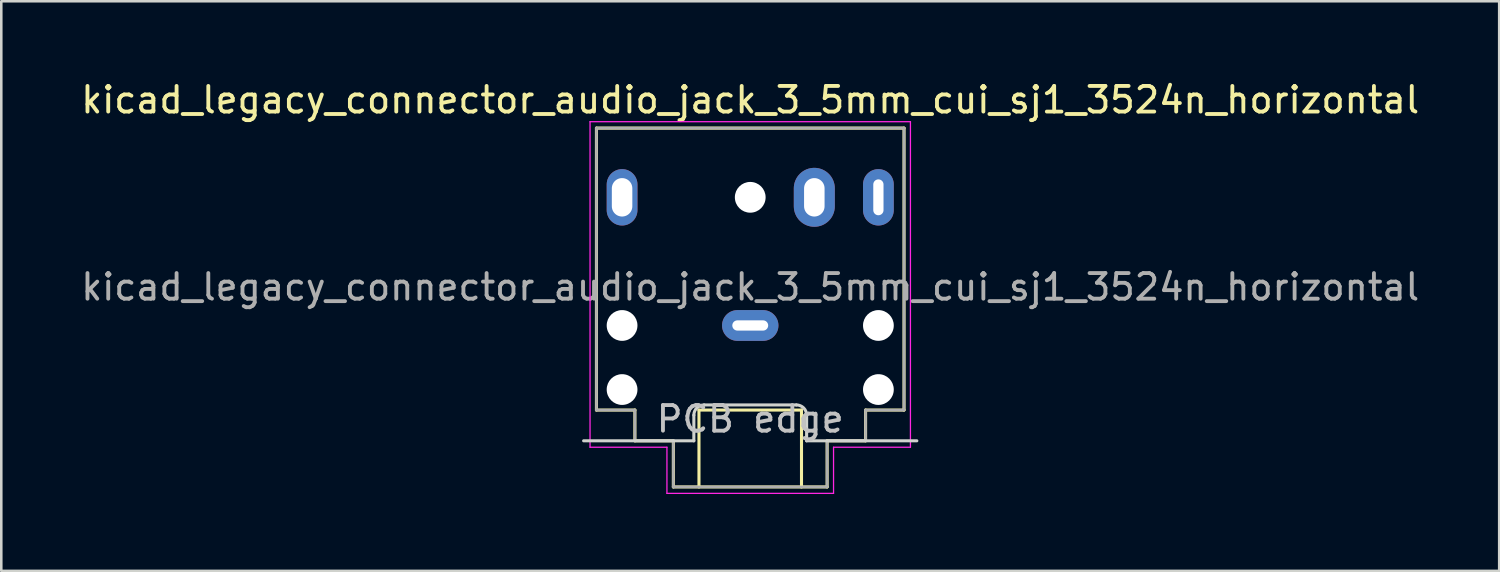
<source format=kicad_pcb>
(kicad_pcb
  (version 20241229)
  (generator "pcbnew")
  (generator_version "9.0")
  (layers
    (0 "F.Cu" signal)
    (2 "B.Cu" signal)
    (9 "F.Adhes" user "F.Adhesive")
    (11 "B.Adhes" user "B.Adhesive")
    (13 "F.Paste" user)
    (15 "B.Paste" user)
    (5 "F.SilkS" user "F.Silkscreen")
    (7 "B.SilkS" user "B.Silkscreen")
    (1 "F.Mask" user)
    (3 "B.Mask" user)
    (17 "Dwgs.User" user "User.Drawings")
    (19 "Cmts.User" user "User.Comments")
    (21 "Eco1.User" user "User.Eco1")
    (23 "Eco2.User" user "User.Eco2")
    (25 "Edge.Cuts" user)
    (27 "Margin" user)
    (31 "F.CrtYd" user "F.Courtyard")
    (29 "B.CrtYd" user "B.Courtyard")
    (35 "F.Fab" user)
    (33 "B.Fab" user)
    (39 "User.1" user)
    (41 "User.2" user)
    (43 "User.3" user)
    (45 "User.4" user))
  (footprint "kicad_legacy_connector_audio_jack_3_5mm_cui_sj1_3524n_horizontal"
    (layer "F.Cu")
    (at 26.22 9.648)
    (property "Reference" "kicad_legacy_connector_audio_jack_3_5mm_cui_sj1_3524n_horizontal" (at 0 -8.8 0) (layer "F.SilkS") (effects (font (size 1 1) (thickness 0.15))))
    (attr through_hole exclude_from_pos_files exclude_from_bom)
    (fp_line (start -6 -7.7) (end 6 -7.7) (stroke (width 0.12) (type solid)) (layer "F.SilkS"))
    (fp_line (start -6 3.3) (end -6 -7.7) (stroke (width 0.12) (type solid)) (layer "F.SilkS"))
    (fp_line (start -4.5 3.3) (end -6 3.3) (stroke (width 0.12) (type solid)) (layer "F.SilkS"))
    (fp_line (start -4.5 4.5) (end -4.5 3.3) (stroke (width 0.12) (type solid)) (layer "F.SilkS"))
    (fp_line (start -3 4.5) (end -4.5 4.5) (stroke (width 0.12) (type solid)) (layer "F.SilkS"))
    (fp_line (start -3 6.3) (end -3 4.5) (stroke (width 0.12) (type solid)) (layer "F.SilkS"))
    (fp_line (start -2 3.3) (end -2 6.3) (stroke (width 0.12) (type solid)) (layer "F.SilkS"))
    (fp_line (start 2 3.3) (end -2 3.3) (stroke (width 0.12) (type solid)) (layer "F.SilkS"))
    (fp_line (start 2 6.3) (end 2 3.3) (stroke (width 0.12) (type solid)) (layer "F.SilkS"))
    (fp_line (start 3 4.5) (end 3 6.3) (stroke (width 0.12) (type solid)) (layer "F.SilkS"))
    (fp_line (start 3 6.3) (end -3 6.3) (stroke (width 0.12) (type solid)) (layer "F.SilkS"))
    (fp_line (start 4.5 3.3) (end 4.5 4.5) (stroke (width 0.12) (type solid)) (layer "F.SilkS"))
    (fp_line (start 4.5 4.5) (end 3 4.5) (stroke (width 0.12) (type solid)) (layer "F.SilkS"))
    (fp_line (start 6 -7.7) (end 6 3.3) (stroke (width 0.12) (type solid)) (layer "F.SilkS"))
    (fp_line (start 6 3.3) (end 4.5 3.3) (stroke (width 0.12) (type solid)) (layer "F.SilkS"))
    (fp_line (start -2.2 3.5) (end -2.2 4.5) (stroke (width 0.12) (type solid)) (layer "Edge.Cuts"))
    (fp_line (start -2.2 4.5) (end -6.5 4.5) (stroke (width 0.12) (type solid)) (layer "Edge.Cuts"))
    (fp_line (start 1.8 3.1) (end -1.8 3.1) (stroke (width 0.12) (type solid)) (layer "Edge.Cuts"))
    (fp_line (start 2.2 3.5) (end 2.2 4.5) (stroke (width 0.12) (type solid)) (layer "Edge.Cuts"))
    (fp_line (start 2.2 4.5) (end 6.5 4.5) (stroke (width 0.12) (type solid)) (layer "Edge.Cuts"))
    (fp_arc (start -2.2 3.5) (mid -2.082842 3.217158) (end -1.8 3.1) (stroke (width 0.12) (type solid)) (layer "Edge.Cuts"))
    (fp_arc (start 1.8 3.1) (mid 2.082843 3.217157) (end 2.2 3.5) (stroke (width 0.12) (type solid)) (layer "Edge.Cuts"))
    (fp_line (start -6.25 -7.95) (end -6.25 4.75) (stroke (width 0.05) (type solid)) (layer "F.CrtYd"))
    (fp_line (start -6.25 4.75) (end -3.25 4.75) (stroke (width 0.05) (type solid)) (layer "F.CrtYd"))
    (fp_line (start -3.25 4.75) (end -3.25 6.55) (stroke (width 0.05) (type solid)) (layer "F.CrtYd"))
    (fp_line (start -3.25 6.55) (end 3.25 6.55) (stroke (width 0.05) (type solid)) (layer "F.CrtYd"))
    (fp_line (start 3.25 4.75) (end 6.25 4.75) (stroke (width 0.05) (type solid)) (layer "F.CrtYd"))
    (fp_line (start 3.25 6.55) (end 3.25 4.75) (stroke (width 0.05) (type solid)) (layer "F.CrtYd"))
    (fp_line (start 6.25 -7.95) (end -6.25 -7.95) (stroke (width 0.05) (type solid)) (layer "F.CrtYd"))
    (fp_line (start 6.25 4.5) (end 6.25 -7.95) (stroke (width 0.05) (type solid)) (layer "F.CrtYd"))
    (fp_line (start 6.25 4.75) (end 6.25 4.5) (stroke (width 0.05) (type solid)) (layer "F.CrtYd"))
    (fp_line (start -6 -7.7) (end 6 -7.7) (stroke (width 0.1) (type solid)) (layer "F.Fab"))
    (fp_line (start -6 3.3) (end -6 -7.7) (stroke (width 0.1) (type solid)) (layer "F.Fab"))
    (fp_line (start -4.5 3.3) (end -6 3.3) (stroke (width 0.1) (type solid)) (layer "F.Fab"))
    (fp_line (start -4.5 4.5) (end -4.5 3.3) (stroke (width 0.1) (type solid)) (layer "F.Fab"))
    (fp_line (start -4.5 4.5) (end -3 4.5) (stroke (width 0.1) (type solid)) (layer "F.Fab"))
    (fp_line (start -3 4.5) (end -3 6.3) (stroke (width 0.1) (type solid)) (layer "F.Fab"))
    (fp_line (start -3 6.3) (end 3 6.3) (stroke (width 0.1) (type solid)) (layer "F.Fab"))
    (fp_line (start 3 4.5) (end 3 6.3) (stroke (width 0.1) (type solid)) (layer "F.Fab"))
    (fp_line (start 4.5 3.3) (end 6 3.3) (stroke (width 0.1) (type solid)) (layer "F.Fab"))
    (fp_line (start 4.5 4.5) (end 3 4.5) (stroke (width 0.1) (type solid)) (layer "F.Fab"))
    (fp_line (start 4.5 4.5) (end 4.5 3.3) (stroke (width 0.1) (type solid)) (layer "F.Fab"))
    (fp_line (start 6 3.3) (end 6 -7.7) (stroke (width 0.1) (type solid)) (layer "F.Fab"))
    (fp_text user "PCB edge" (at 0 3.65 0) (unlocked yes) (layer "Dwgs.User") (effects (font (size 1 1) (thickness 0.15))))
    (fp_text user "${REFERENCE}" (at 0 -1.5 0) (layer "F.Fab") (effects (font (size 1 1) (thickness 0.15))))
    (pad "" np_thru_hole circle (at -5 0) (size 1.2 1.2) (drill 1.2) (layers "*.Cu"))
    (pad "" np_thru_hole circle (at -5 2.5) (size 1.2 1.2) (drill 1.2) (layers "*.Cu"))
    (pad "" np_thru_hole circle (at 0 -5) (size 1.2 1.2) (drill 1.2) (layers "*.Cu"))
    (pad "" np_thru_hole circle (at 5 0) (size 1.2 1.2) (drill 1.2) (layers "*.Cu"))
    (pad "" np_thru_hole circle (at 5 2.5) (size 1.2 1.2) (drill 1.2) (layers "*.Cu"))
    (pad "R" thru_hole oval (at -5 -5) (size 1.2 2.2) (drill oval 0.8 1.5) (layers "*.Cu" "*.Mask"))
    (pad "S" thru_hole oval (at 0 0) (size 2.2 1.2) (drill oval 1.4 0.4) (layers "*.Cu" "*.Mask"))
    (pad "T" thru_hole oval (at 5 -5 180) (size 1.2 2.2) (drill oval 0.4 1.4) (layers "*.Cu" "*.Mask"))
    (pad "TN" thru_hole oval (at 2.5 -5 180) (size 1.6 2.3) (drill oval 0.8 1.5) (layers "*.Cu" "*.Mask")))
  (gr_rect
    (start -3 -3)
    (end 55.44 19.223)
    (stroke (width 0.1) (type default))
    (fill no)
    (layer "Edge.Cuts")))
</source>
